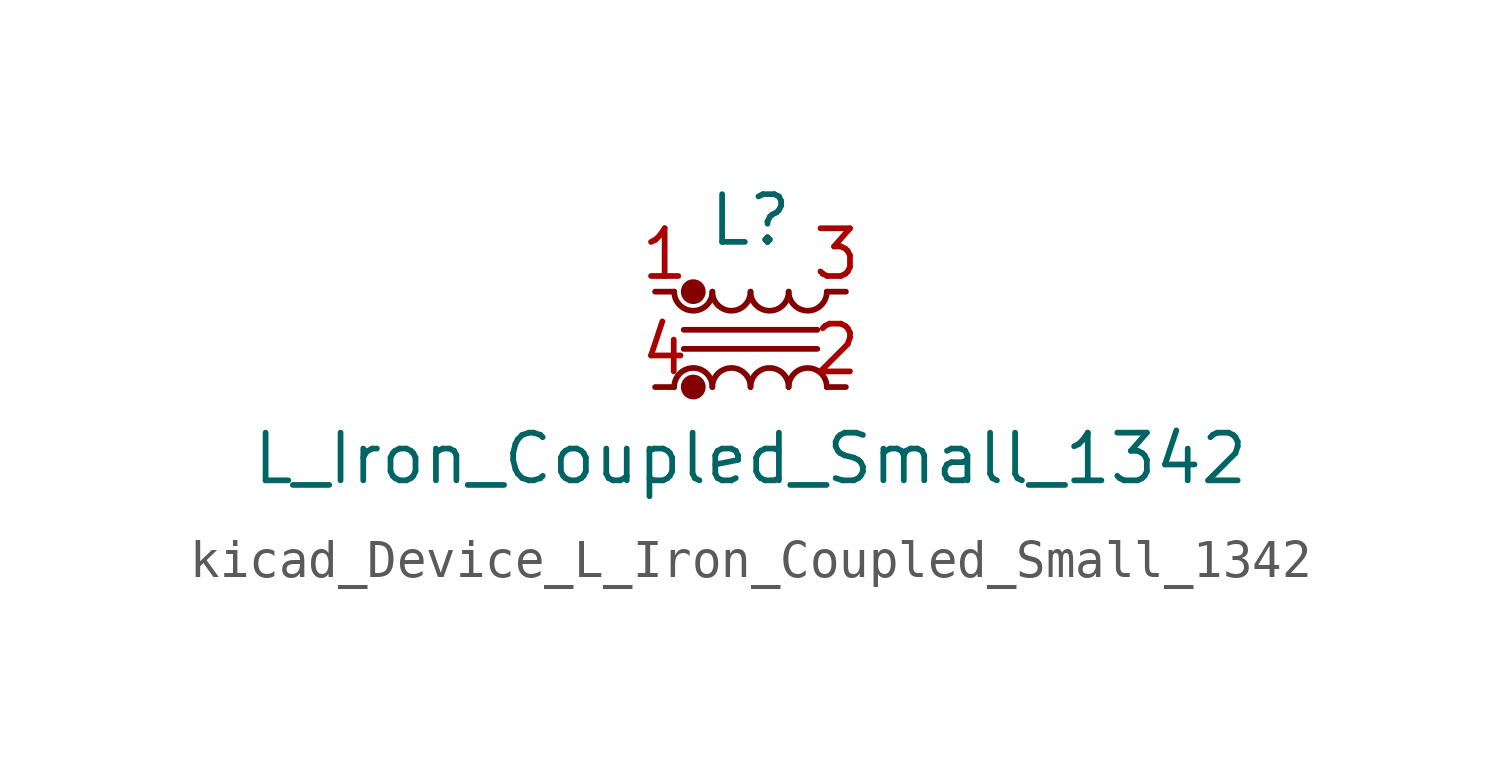
<source format=kicad_sym>
(kicad_symbol_lib
  (version 20220914)
  (generator kicad_symbol_editor)
  (symbol "kicad_Device_L_Iron_Coupled_Small_1342"
    (pin_names
      (offset 0.254) hide)
    (property "Reference" "L"
      (at 0 3.175 0)
      (effects (font (size 1.27 1.27))))
    (property "Value" "L_Iron_Coupled_Small_1342"
      (at 0 -3.175 0)
      (effects (font (size 1.27 1.27))))
    (symbol "kicad_Device_L_Iron_Coupled_Small_1342_0_1"
      (arc (start -2.032 1.27) (mid -1.524 0.7642) (end -1.016 1.27) (stroke (width 0) (type default)) (fill (type none)))
      (circle (center -1.524 -1.27) (radius 0.254) (stroke (width 0) (type default)) (fill (type outline)))
      (circle (center -1.524 1.27) (radius 0.254) (stroke (width 0) (type default)) (fill (type outline)))
      (arc (start -1.016 -1.27) (mid -1.524 -0.7642) (end -2.032 -1.27) (stroke (width 0) (type default)) (fill (type none)))
      (arc (start -1.016 1.27) (mid -0.508 0.7642) (end 0 1.27) (stroke (width 0) (type default)) (fill (type none)))
      (arc (start 0 -1.27) (mid -0.508 -0.7642) (end -1.016 -1.27) (stroke (width 0) (type default)) (fill (type none)))
      (polyline (pts (xy 1.778 -0.254) (xy -1.778 -0.254)) (stroke (width 0) (type default)) (fill (type none)))
      (polyline (pts (xy 1.778 0.254) (xy -1.778 0.254)) (stroke (width 0) (type default)) (fill (type none)))
      (arc (start 0 1.27) (mid 0.508 0.7642) (end 1.016 1.27) (stroke (width 0) (type default)) (fill (type none)))
      (arc (start 1.016 -1.27) (mid 0.508 -0.7642) (end 0 -1.27) (stroke (width 0) (type default)) (fill (type none)))
      (arc (start 1.016 1.27) (mid 1.524 0.7642) (end 2.032 1.27) (stroke (width 0) (type default)) (fill (type none)))
      (arc (start 2.032 -1.27) (mid 1.524 -0.7642) (end 1.016 -1.27) (stroke (width 0) (type default)) (fill (type none))))
    (symbol "kicad_Device_L_Iron_Coupled_Small_1342_1_1"
      (pin passive line (at -2.54 1.27 0) (length 0.508) (name "1" (effects (font (size 1.27 1.27)))) (number "1" (effects (font (size 1.27 1.27)))))
      (pin passive line (at 2.54 -1.27 180) (length 0.508) (name "2" (effects (font (size 1.27 1.27)))) (number "2" (effects (font (size 1.27 1.27)))))
      (pin passive line (at 2.54 1.27 180) (length 0.508) (name "3" (effects (font (size 1.27 1.27)))) (number "3" (effects (font (size 1.27 1.27)))))
      (pin passive line (at -2.54 -1.27 0) (length 0.508) (name "4" (effects (font (size 1.27 1.27)))) (number "4" (effects (font (size 1.27 1.27))))))))
</source>
